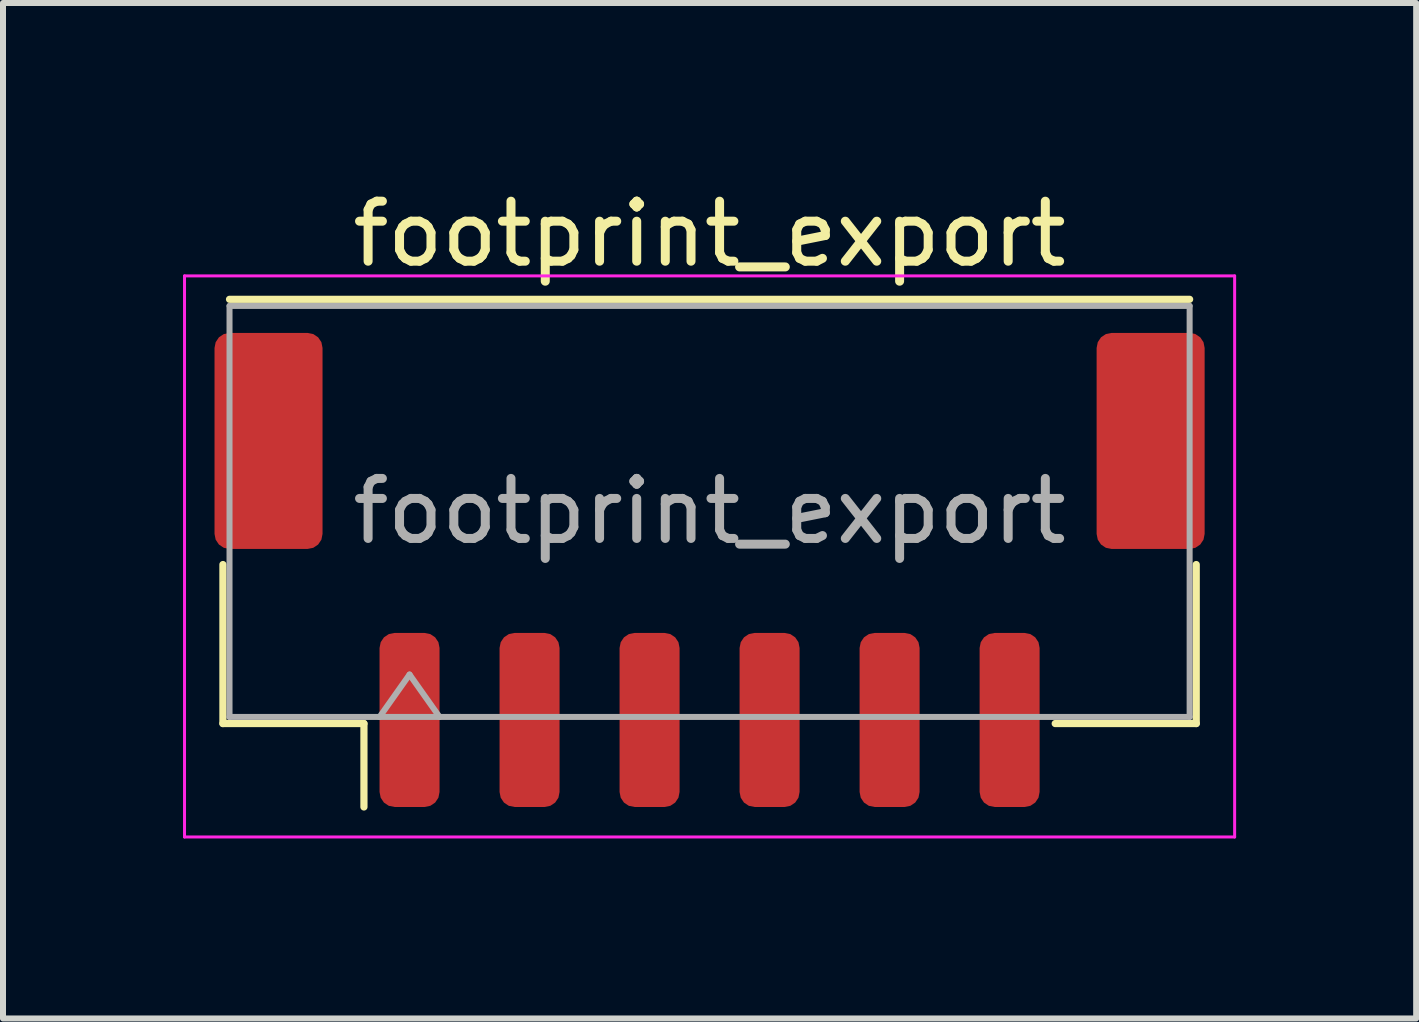
<source format=kicad_pcb>
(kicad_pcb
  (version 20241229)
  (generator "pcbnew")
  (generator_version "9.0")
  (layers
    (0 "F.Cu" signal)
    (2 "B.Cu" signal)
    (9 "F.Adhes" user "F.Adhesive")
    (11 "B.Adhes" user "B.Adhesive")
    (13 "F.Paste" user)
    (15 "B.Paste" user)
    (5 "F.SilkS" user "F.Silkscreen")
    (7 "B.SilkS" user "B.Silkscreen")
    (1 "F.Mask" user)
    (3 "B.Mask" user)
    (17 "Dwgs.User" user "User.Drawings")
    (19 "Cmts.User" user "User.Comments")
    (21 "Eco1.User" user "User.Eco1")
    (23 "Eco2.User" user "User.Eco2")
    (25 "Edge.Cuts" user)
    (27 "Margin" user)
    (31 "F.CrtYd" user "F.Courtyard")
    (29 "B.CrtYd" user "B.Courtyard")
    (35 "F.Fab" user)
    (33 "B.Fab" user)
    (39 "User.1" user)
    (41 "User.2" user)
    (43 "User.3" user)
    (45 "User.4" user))
  (footprint "footprint_export"
    (layer "F.Cu")
    (at 8.775 6.448)
    (property "Reference" "footprint_export" (at 0 -5.6 0) (layer "F.SilkS") (effects (font (size 1 1) (thickness 0.15))))
    (attr smd)
    (fp_line (start -8.11 -0.09) (end -8.11 2.56) (stroke (width 0.12) (type solid)) (layer "F.SilkS"))
    (fp_line (start -8.11 2.56) (end -5.76 2.56) (stroke (width 0.12) (type solid)) (layer "F.SilkS"))
    (fp_line (start -8 -4.51) (end 8 -4.51) (stroke (width 0.12) (type solid)) (layer "F.SilkS"))
    (fp_line (start -5.76 2.56) (end -5.76 3.95) (stroke (width 0.12) (type solid)) (layer "F.SilkS"))
    (fp_line (start 8.11 -0.09) (end 8.11 2.56) (stroke (width 0.12) (type solid)) (layer "F.SilkS"))
    (fp_line (start 8.11 2.56) (end 5.76 2.56) (stroke (width 0.12) (type solid)) (layer "F.SilkS"))
    (fp_line (start -8.75 -4.9) (end -8.75 4.45) (stroke (width 0.05) (type solid)) (layer "F.CrtYd"))
    (fp_line (start -8.75 4.45) (end 8.75 4.45) (stroke (width 0.05) (type solid)) (layer "F.CrtYd"))
    (fp_line (start 8.75 -4.9) (end -8.75 -4.9) (stroke (width 0.05) (type solid)) (layer "F.CrtYd"))
    (fp_line (start 8.75 4.45) (end 8.75 -4.9) (stroke (width 0.05) (type solid)) (layer "F.CrtYd"))
    (fp_line (start -8 -4.4) (end 8 -4.4) (stroke (width 0.1) (type solid)) (layer "F.Fab"))
    (fp_line (start -8 2.45) (end -8 -4.4) (stroke (width 0.1) (type solid)) (layer "F.Fab"))
    (fp_line (start -8 2.45) (end 8 2.45) (stroke (width 0.1) (type solid)) (layer "F.Fab"))
    (fp_line (start -5.5 2.45) (end -5 1.743) (stroke (width 0.1) (type solid)) (layer "F.Fab"))
    (fp_line (start -5 1.743) (end -4.5 2.45) (stroke (width 0.1) (type solid)) (layer "F.Fab"))
    (fp_line (start 8 2.45) (end 8 -4.4) (stroke (width 0.1) (type solid)) (layer "F.Fab"))
    (fp_text user "${REFERENCE}" (at 0 -0.98 0) (layer "F.Fab") (effects (font (size 1 1) (thickness 0.15))))
    (pad "1" smd roundrect (at -5 2.5) (size 1 2.9) (layers "F.Cu" "F.Mask" "F.Paste") (roundrect_rratio 0.25))
    (pad "2" smd roundrect (at -3 2.5) (size 1 2.9) (layers "F.Cu" "F.Mask" "F.Paste") (roundrect_rratio 0.25))
    (pad "3" smd roundrect (at -1 2.5) (size 1 2.9) (layers "F.Cu" "F.Mask" "F.Paste") (roundrect_rratio 0.25))
    (pad "4" smd roundrect (at 1 2.5) (size 1 2.9) (layers "F.Cu" "F.Mask" "F.Paste") (roundrect_rratio 0.25))
    (pad "5" smd roundrect (at 3 2.5) (size 1 2.9) (layers "F.Cu" "F.Mask" "F.Paste") (roundrect_rratio 0.25))
    (pad "6" smd roundrect (at 5 2.5) (size 1 2.9) (layers "F.Cu" "F.Mask" "F.Paste") (roundrect_rratio 0.25))
    (pad "MP" smd roundrect (at -7.35 -2.15) (size 1.8 3.6) (layers "F.Cu" "F.Mask" "F.Paste") (roundrect_rratio 0.139))
    (pad "MP" smd roundrect (at 7.35 -2.15) (size 1.8 3.6) (layers "F.Cu" "F.Mask" "F.Paste") (roundrect_rratio 0.139)))
  (gr_rect
    (start -3 -3)
    (end 20.55 13.923)
    (stroke (width 0.1) (type default))
    (fill no)
    (layer "Edge.Cuts")))
</source>
